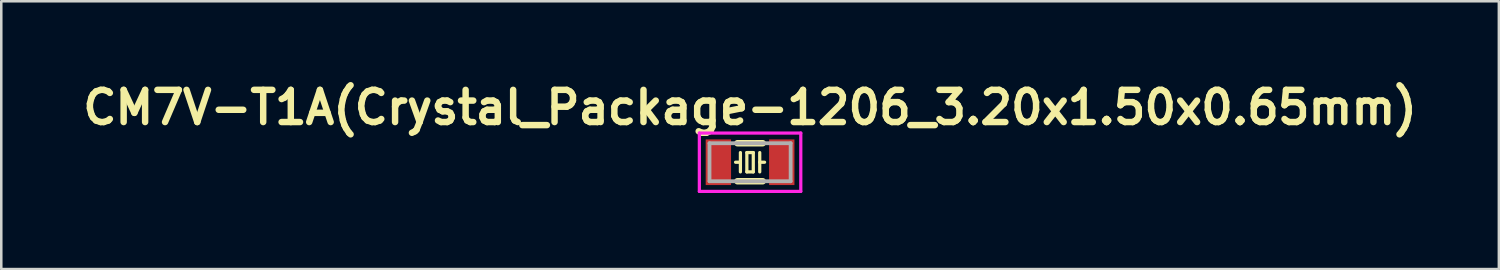
<source format=kicad_pcb>
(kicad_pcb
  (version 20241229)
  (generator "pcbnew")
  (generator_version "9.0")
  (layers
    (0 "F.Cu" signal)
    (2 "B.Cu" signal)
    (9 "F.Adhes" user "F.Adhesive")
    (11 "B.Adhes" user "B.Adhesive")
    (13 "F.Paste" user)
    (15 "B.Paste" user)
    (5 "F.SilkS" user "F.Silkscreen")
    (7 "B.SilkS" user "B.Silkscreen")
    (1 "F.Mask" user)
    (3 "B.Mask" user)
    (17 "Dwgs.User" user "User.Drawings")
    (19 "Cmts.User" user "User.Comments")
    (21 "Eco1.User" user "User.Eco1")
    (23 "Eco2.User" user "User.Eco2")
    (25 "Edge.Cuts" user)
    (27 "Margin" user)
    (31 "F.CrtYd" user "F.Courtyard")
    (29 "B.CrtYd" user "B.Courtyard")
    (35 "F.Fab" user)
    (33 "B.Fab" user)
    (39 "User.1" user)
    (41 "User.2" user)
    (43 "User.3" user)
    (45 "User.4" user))
  (footprint "CM7V-T1A(Crystal_Package-1206_3.20x1.50x0.65mm)"
    (layer "F.Cu")
    (at 26.531 3.348)
    (property "Reference" "CM7V-T1A(Crystal_Package-1206_3.20x1.50x0.65mm)" (at 0 -2.159 0) (layer "F.SilkS") (effects (font (size 1.27 1.27) (thickness 0.254))))
    (attr smd)
    (fp_line (start -0.572 0) (end -0.381 0) (stroke (width 0.127) (type solid)) (layer "F.SilkS"))
    (fp_line (start -0.381 0.381) (end -0.381 -0.381) (stroke (width 0.127) (type solid)) (layer "F.SilkS"))
    (fp_line (start -0.127 -0.381) (end 0.127 -0.381) (stroke (width 0.127) (type solid)) (layer "F.SilkS"))
    (fp_line (start -0.127 0.381) (end -0.127 -0.381) (stroke (width 0.127) (type solid)) (layer "F.SilkS"))
    (fp_line (start 0.127 -0.381) (end 0.127 0.381) (stroke (width 0.127) (type solid)) (layer "F.SilkS"))
    (fp_line (start 0.127 0.381) (end -0.127 0.381) (stroke (width 0.127) (type solid)) (layer "F.SilkS"))
    (fp_line (start 0.381 -0.381) (end 0.381 0.381) (stroke (width 0.127) (type solid)) (layer "F.SilkS"))
    (fp_line (start 0.381 0) (end 0.572 0) (stroke (width 0.127) (type solid)) (layer "F.SilkS"))
    (fp_line (start 0.5 -0.75) (end -0.5 -0.75) (stroke (width 0.254) (type solid)) (layer "F.SilkS"))
    (fp_line (start 0.5 0.75) (end -0.5 0.75) (stroke (width 0.254) (type solid)) (layer "F.SilkS"))
    (fp_line (start -2 -1.15) (end -2 1.15) (stroke (width 0.127) (type solid)) (layer "F.CrtYd"))
    (fp_line (start -2 -1.15) (end 2 -1.15) (stroke (width 0.127) (type solid)) (layer "F.CrtYd"))
    (fp_line (start 2 -1.15) (end 2 1.15) (stroke (width 0.127) (type solid)) (layer "F.CrtYd"))
    (fp_line (start 2 1.15) (end -2 1.15) (stroke (width 0.127) (type solid)) (layer "F.CrtYd"))
    (fp_line (start -1.6 -0.75) (end -1.6 0.75) (stroke (width 0.15) (type solid)) (layer "F.Fab"))
    (fp_line (start -1.6 0.75) (end 1.6 0.75) (stroke (width 0.15) (type solid)) (layer "F.Fab"))
    (fp_line (start 1.6 -0.75) (end -1.6 -0.75) (stroke (width 0.15) (type solid)) (layer "F.Fab"))
    (fp_line (start 1.6 0.75) (end 1.6 -0.75) (stroke (width 0.15) (type solid)) (layer "F.Fab"))
    (pad "1" smd rect (at -1.25 0) (size 1 1.8) (layers "F.Cu" "F.Mask" "F.Paste"))
    (pad "2" smd rect (at 1.25 0) (size 1 1.8) (layers "F.Cu" "F.Mask" "F.Paste")))
  (gr_rect
    (start -3 -3)
    (end 56.062 7.561)
    (stroke (width 0.1) (type default))
    (fill no)
    (layer "Edge.Cuts")))
</source>
